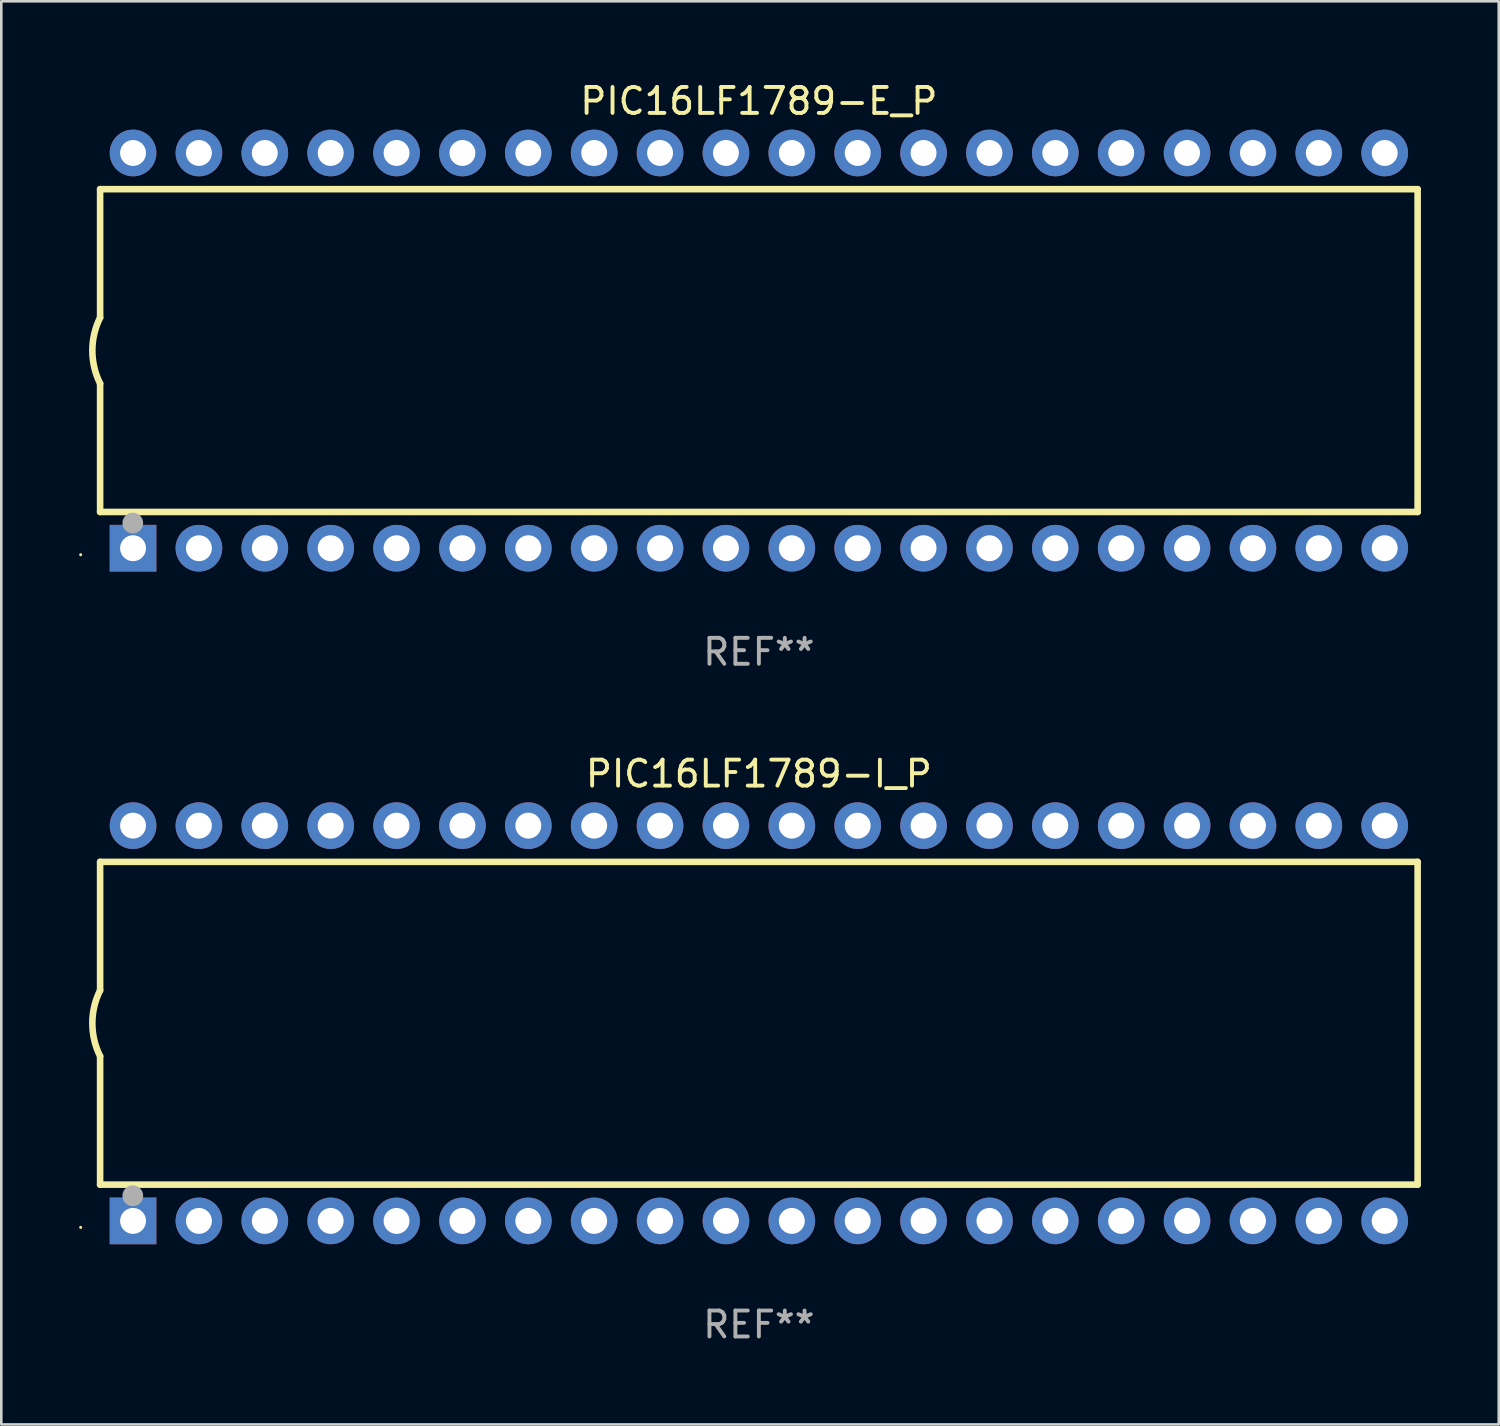
<source format=kicad_pcb>
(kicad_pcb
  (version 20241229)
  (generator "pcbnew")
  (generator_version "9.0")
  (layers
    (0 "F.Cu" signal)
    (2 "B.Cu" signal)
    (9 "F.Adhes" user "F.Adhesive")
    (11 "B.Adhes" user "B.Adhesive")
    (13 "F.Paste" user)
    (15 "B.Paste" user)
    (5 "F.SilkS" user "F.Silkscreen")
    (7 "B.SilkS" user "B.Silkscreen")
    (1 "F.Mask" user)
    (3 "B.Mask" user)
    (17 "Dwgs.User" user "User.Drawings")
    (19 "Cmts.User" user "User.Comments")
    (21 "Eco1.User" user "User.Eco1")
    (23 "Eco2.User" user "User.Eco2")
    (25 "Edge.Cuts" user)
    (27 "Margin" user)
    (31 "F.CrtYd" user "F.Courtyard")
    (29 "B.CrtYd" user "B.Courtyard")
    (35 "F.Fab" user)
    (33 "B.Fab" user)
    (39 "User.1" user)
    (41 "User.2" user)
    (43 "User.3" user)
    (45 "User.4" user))
  (footprint "PIC16LF1789-I_P"
    (layer "F.Cu")
    (at 26.21 36.405)
    (property "Reference" "PIC16LF1789-I_P" (at 0 -9.62 0) (layer "F.SilkS") (effects (font (size 1 1) (thickness 0.15))))
    (attr through_hole)
    (fp_line (start -25.4 -6.224) (end -25.4 -1.271) (stroke (width 0.254) (type solid)) (layer "F.SilkS"))
    (fp_line (start -25.4 -6.224) (end 25.4 -6.224) (stroke (width 0.254) (type solid)) (layer "F.SilkS"))
    (fp_line (start -25.4 1.269) (end -25.4 6.222) (stroke (width 0.254) (type solid)) (layer "F.SilkS"))
    (fp_line (start -25.4 6.222) (end 25.4 6.222) (stroke (width 0.254) (type solid)) (layer "F.SilkS"))
    (fp_line (start 25.4 6.222) (end 25.4 -6.224) (stroke (width 0.254) (type solid)) (layer "F.SilkS"))
    (fp_arc (start -25.4 1.269241) (mid -25.699807 -0.000762) (end -25.4 -1.270765) (stroke (width 0.254001) (type solid)) (layer "F.SilkS"))
    (fp_circle (center -26.15 7.87) (end -26.12 7.87) (stroke (width 0.06) (type solid)) (fill no) (layer "F.SilkS"))
    (fp_circle (center -24.14 6.65) (end -23.94 6.65) (stroke (width 0.4) (type solid)) (fill no) (layer "F.Fab"))
    (fp_text user "REF**" (at 0 11.62 0) (layer "F.Fab") (effects (font (size 1 1) (thickness 0.15))))
    (pad "1" thru_hole rect (at -24.13 7.62 90) (size 1.8 1.8) (drill 1) (layers "*.Cu" "*.Mask"))
    (pad "2" thru_hole circle (at -21.59 7.62) (size 1.8 1.8) (drill 1) (layers "*.Cu" "*.Mask"))
    (pad "3" thru_hole circle (at -19.05 7.62) (size 1.8 1.8) (drill 1) (layers "*.Cu" "*.Mask"))
    (pad "4" thru_hole circle (at -16.51 7.62) (size 1.8 1.8) (drill 1) (layers "*.Cu" "*.Mask"))
    (pad "5" thru_hole circle (at -13.97 7.62) (size 1.8 1.8) (drill 1) (layers "*.Cu" "*.Mask"))
    (pad "6" thru_hole circle (at -11.43 7.62) (size 1.8 1.8) (drill 1) (layers "*.Cu" "*.Mask"))
    (pad "7" thru_hole circle (at -8.89 7.62) (size 1.8 1.8) (drill 1) (layers "*.Cu" "*.Mask"))
    (pad "8" thru_hole circle (at -6.35 7.62) (size 1.8 1.8) (drill 1) (layers "*.Cu" "*.Mask"))
    (pad "9" thru_hole circle (at -3.81 7.62) (size 1.8 1.8) (drill 1) (layers "*.Cu" "*.Mask"))
    (pad "10" thru_hole circle (at -1.27 7.62) (size 1.8 1.8) (drill 1) (layers "*.Cu" "*.Mask"))
    (pad "11" thru_hole circle (at 1.27 7.62) (size 1.8 1.8) (drill 1) (layers "*.Cu" "*.Mask"))
    (pad "12" thru_hole circle (at 3.81 7.62) (size 1.8 1.8) (drill 1) (layers "*.Cu" "*.Mask"))
    (pad "13" thru_hole circle (at 6.35 7.62) (size 1.8 1.8) (drill 1) (layers "*.Cu" "*.Mask"))
    (pad "14" thru_hole circle (at 8.89 7.62) (size 1.8 1.8) (drill 1) (layers "*.Cu" "*.Mask"))
    (pad "15" thru_hole circle (at 11.43 7.62) (size 1.8 1.8) (drill 1) (layers "*.Cu" "*.Mask"))
    (pad "16" thru_hole circle (at 13.97 7.62) (size 1.8 1.8) (drill 1) (layers "*.Cu" "*.Mask"))
    (pad "17" thru_hole circle (at 16.51 7.62) (size 1.8 1.8) (drill 1) (layers "*.Cu" "*.Mask"))
    (pad "18" thru_hole circle (at 19.05 7.62) (size 1.8 1.8) (drill 1) (layers "*.Cu" "*.Mask"))
    (pad "19" thru_hole circle (at 21.59 7.62) (size 1.8 1.8) (drill 1) (layers "*.Cu" "*.Mask"))
    (pad "20" thru_hole circle (at 24.13 7.62) (size 1.8 1.8) (drill 1) (layers "*.Cu" "*.Mask"))
    (pad "21" thru_hole circle (at 24.13 -7.62) (size 1.8 1.8) (drill 1) (layers "*.Cu" "*.Mask"))
    (pad "22" thru_hole circle (at 21.59 -7.62) (size 1.8 1.8) (drill 1) (layers "*.Cu" "*.Mask"))
    (pad "23" thru_hole circle (at 19.05 -7.62) (size 1.8 1.8) (drill 1) (layers "*.Cu" "*.Mask"))
    (pad "24" thru_hole circle (at 16.51 -7.62) (size 1.8 1.8) (drill 1) (layers "*.Cu" "*.Mask"))
    (pad "25" thru_hole circle (at 13.97 -7.62) (size 1.8 1.8) (drill 1) (layers "*.Cu" "*.Mask"))
    (pad "26" thru_hole circle (at 11.43 -7.62) (size 1.8 1.8) (drill 1) (layers "*.Cu" "*.Mask"))
    (pad "27" thru_hole circle (at 8.89 -7.62) (size 1.8 1.8) (drill 1) (layers "*.Cu" "*.Mask"))
    (pad "28" thru_hole circle (at 6.35 -7.62) (size 1.8 1.8) (drill 1) (layers "*.Cu" "*.Mask"))
    (pad "29" thru_hole circle (at 3.81 -7.62) (size 1.8 1.8) (drill 1) (layers "*.Cu" "*.Mask"))
    (pad "30" thru_hole circle (at 1.27 -7.62) (size 1.8 1.8) (drill 1) (layers "*.Cu" "*.Mask"))
    (pad "31" thru_hole circle (at -1.27 -7.62) (size 1.8 1.8) (drill 1) (layers "*.Cu" "*.Mask"))
    (pad "32" thru_hole circle (at -3.81 -7.62) (size 1.8 1.8) (drill 1) (layers "*.Cu" "*.Mask"))
    (pad "33" thru_hole circle (at -6.35 -7.62) (size 1.8 1.8) (drill 1) (layers "*.Cu" "*.Mask"))
    (pad "34" thru_hole circle (at -8.89 -7.62) (size 1.8 1.8) (drill 1) (layers "*.Cu" "*.Mask"))
    (pad "35" thru_hole circle (at -11.43 -7.62) (size 1.8 1.8) (drill 1) (layers "*.Cu" "*.Mask"))
    (pad "36" thru_hole circle (at -13.97 -7.62) (size 1.8 1.8) (drill 1) (layers "*.Cu" "*.Mask"))
    (pad "37" thru_hole circle (at -16.51 -7.62) (size 1.8 1.8) (drill 1) (layers "*.Cu" "*.Mask"))
    (pad "38" thru_hole circle (at -19.05 -7.62) (size 1.8 1.8) (drill 1) (layers "*.Cu" "*.Mask"))
    (pad "39" thru_hole circle (at -21.59 -7.62) (size 1.8 1.8) (drill 1) (layers "*.Cu" "*.Mask"))
    (pad "40" thru_hole circle (at -24.13 -7.62) (size 1.8 1.8) (drill 1) (layers "*.Cu" "*.Mask")))
  (footprint "PIC16LF1789-E_P"
    (layer "F.Cu")
    (at 26.21 10.468)
    (property "Reference" "PIC16LF1789-E_P" (at 0 -9.62 0) (layer "F.SilkS") (effects (font (size 1 1) (thickness 0.15))))
    (attr through_hole)
    (fp_line (start -25.4 -6.224) (end -25.4 -1.271) (stroke (width 0.254) (type solid)) (layer "F.SilkS"))
    (fp_line (start -25.4 -6.224) (end 25.4 -6.224) (stroke (width 0.254) (type solid)) (layer "F.SilkS"))
    (fp_line (start -25.4 1.269) (end -25.4 6.222) (stroke (width 0.254) (type solid)) (layer "F.SilkS"))
    (fp_line (start -25.4 6.222) (end 25.4 6.222) (stroke (width 0.254) (type solid)) (layer "F.SilkS"))
    (fp_line (start 25.4 6.222) (end 25.4 -6.224) (stroke (width 0.254) (type solid)) (layer "F.SilkS"))
    (fp_arc (start -25.4 1.269241) (mid -25.699807 -0.000762) (end -25.4 -1.270765) (stroke (width 0.254001) (type solid)) (layer "F.SilkS"))
    (fp_circle (center -26.15 7.87) (end -26.12 7.87) (stroke (width 0.06) (type solid)) (fill no) (layer "F.SilkS"))
    (fp_circle (center -24.14 6.65) (end -23.94 6.65) (stroke (width 0.4) (type solid)) (fill no) (layer "F.Fab"))
    (fp_text user "REF**" (at 0 11.62 0) (layer "F.Fab") (effects (font (size 1 1) (thickness 0.15))))
    (pad "1" thru_hole rect (at -24.13 7.62 90) (size 1.8 1.8) (drill 1) (layers "*.Cu" "*.Mask"))
    (pad "2" thru_hole circle (at -21.59 7.62) (size 1.8 1.8) (drill 1) (layers "*.Cu" "*.Mask"))
    (pad "3" thru_hole circle (at -19.05 7.62) (size 1.8 1.8) (drill 1) (layers "*.Cu" "*.Mask"))
    (pad "4" thru_hole circle (at -16.51 7.62) (size 1.8 1.8) (drill 1) (layers "*.Cu" "*.Mask"))
    (pad "5" thru_hole circle (at -13.97 7.62) (size 1.8 1.8) (drill 1) (layers "*.Cu" "*.Mask"))
    (pad "6" thru_hole circle (at -11.43 7.62) (size 1.8 1.8) (drill 1) (layers "*.Cu" "*.Mask"))
    (pad "7" thru_hole circle (at -8.89 7.62) (size 1.8 1.8) (drill 1) (layers "*.Cu" "*.Mask"))
    (pad "8" thru_hole circle (at -6.35 7.62) (size 1.8 1.8) (drill 1) (layers "*.Cu" "*.Mask"))
    (pad "9" thru_hole circle (at -3.81 7.62) (size 1.8 1.8) (drill 1) (layers "*.Cu" "*.Mask"))
    (pad "10" thru_hole circle (at -1.27 7.62) (size 1.8 1.8) (drill 1) (layers "*.Cu" "*.Mask"))
    (pad "11" thru_hole circle (at 1.27 7.62) (size 1.8 1.8) (drill 1) (layers "*.Cu" "*.Mask"))
    (pad "12" thru_hole circle (at 3.81 7.62) (size 1.8 1.8) (drill 1) (layers "*.Cu" "*.Mask"))
    (pad "13" thru_hole circle (at 6.35 7.62) (size 1.8 1.8) (drill 1) (layers "*.Cu" "*.Mask"))
    (pad "14" thru_hole circle (at 8.89 7.62) (size 1.8 1.8) (drill 1) (layers "*.Cu" "*.Mask"))
    (pad "15" thru_hole circle (at 11.43 7.62) (size 1.8 1.8) (drill 1) (layers "*.Cu" "*.Mask"))
    (pad "16" thru_hole circle (at 13.97 7.62) (size 1.8 1.8) (drill 1) (layers "*.Cu" "*.Mask"))
    (pad "17" thru_hole circle (at 16.51 7.62) (size 1.8 1.8) (drill 1) (layers "*.Cu" "*.Mask"))
    (pad "18" thru_hole circle (at 19.05 7.62) (size 1.8 1.8) (drill 1) (layers "*.Cu" "*.Mask"))
    (pad "19" thru_hole circle (at 21.59 7.62) (size 1.8 1.8) (drill 1) (layers "*.Cu" "*.Mask"))
    (pad "20" thru_hole circle (at 24.13 7.62) (size 1.8 1.8) (drill 1) (layers "*.Cu" "*.Mask"))
    (pad "21" thru_hole circle (at 24.13 -7.62) (size 1.8 1.8) (drill 1) (layers "*.Cu" "*.Mask"))
    (pad "22" thru_hole circle (at 21.59 -7.62) (size 1.8 1.8) (drill 1) (layers "*.Cu" "*.Mask"))
    (pad "23" thru_hole circle (at 19.05 -7.62) (size 1.8 1.8) (drill 1) (layers "*.Cu" "*.Mask"))
    (pad "24" thru_hole circle (at 16.51 -7.62) (size 1.8 1.8) (drill 1) (layers "*.Cu" "*.Mask"))
    (pad "25" thru_hole circle (at 13.97 -7.62) (size 1.8 1.8) (drill 1) (layers "*.Cu" "*.Mask"))
    (pad "26" thru_hole circle (at 11.43 -7.62) (size 1.8 1.8) (drill 1) (layers "*.Cu" "*.Mask"))
    (pad "27" thru_hole circle (at 8.89 -7.62) (size 1.8 1.8) (drill 1) (layers "*.Cu" "*.Mask"))
    (pad "28" thru_hole circle (at 6.35 -7.62) (size 1.8 1.8) (drill 1) (layers "*.Cu" "*.Mask"))
    (pad "29" thru_hole circle (at 3.81 -7.62) (size 1.8 1.8) (drill 1) (layers "*.Cu" "*.Mask"))
    (pad "30" thru_hole circle (at 1.27 -7.62) (size 1.8 1.8) (drill 1) (layers "*.Cu" "*.Mask"))
    (pad "31" thru_hole circle (at -1.27 -7.62) (size 1.8 1.8) (drill 1) (layers "*.Cu" "*.Mask"))
    (pad "32" thru_hole circle (at -3.81 -7.62) (size 1.8 1.8) (drill 1) (layers "*.Cu" "*.Mask"))
    (pad "33" thru_hole circle (at -6.35 -7.62) (size 1.8 1.8) (drill 1) (layers "*.Cu" "*.Mask"))
    (pad "34" thru_hole circle (at -8.89 -7.62) (size 1.8 1.8) (drill 1) (layers "*.Cu" "*.Mask"))
    (pad "35" thru_hole circle (at -11.43 -7.62) (size 1.8 1.8) (drill 1) (layers "*.Cu" "*.Mask"))
    (pad "36" thru_hole circle (at -13.97 -7.62) (size 1.8 1.8) (drill 1) (layers "*.Cu" "*.Mask"))
    (pad "37" thru_hole circle (at -16.51 -7.62) (size 1.8 1.8) (drill 1) (layers "*.Cu" "*.Mask"))
    (pad "38" thru_hole circle (at -19.05 -7.62) (size 1.8 1.8) (drill 1) (layers "*.Cu" "*.Mask"))
    (pad "39" thru_hole circle (at -21.59 -7.62) (size 1.8 1.8) (drill 1) (layers "*.Cu" "*.Mask"))
    (pad "40" thru_hole circle (at -24.13 -7.62) (size 1.8 1.8) (drill 1) (layers "*.Cu" "*.Mask")))
  (gr_rect
    (start -3 -3)
    (end 54.737 51.873)
    (stroke (width 0.1) (type default))
    (fill no)
    (layer "Edge.Cuts")))
</source>
